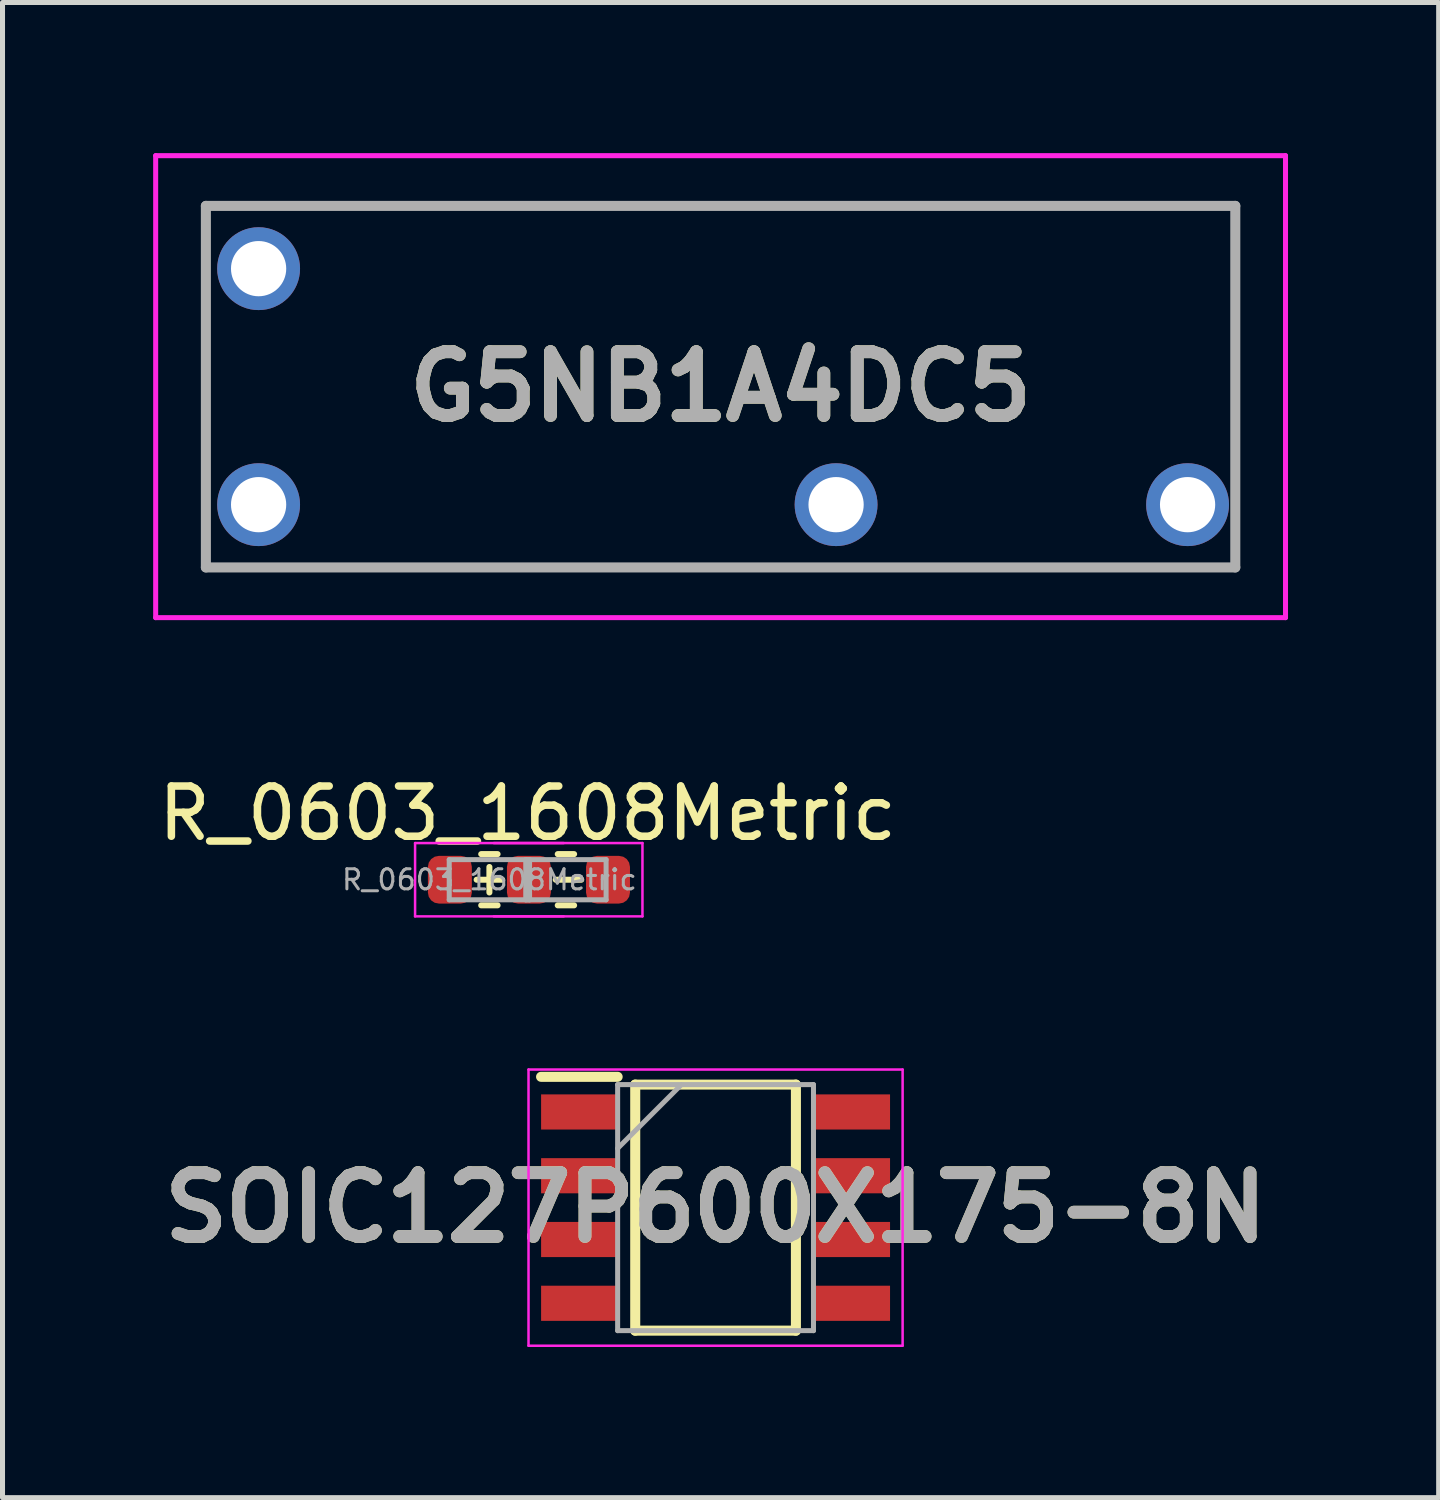
<source format=kicad_pcb>
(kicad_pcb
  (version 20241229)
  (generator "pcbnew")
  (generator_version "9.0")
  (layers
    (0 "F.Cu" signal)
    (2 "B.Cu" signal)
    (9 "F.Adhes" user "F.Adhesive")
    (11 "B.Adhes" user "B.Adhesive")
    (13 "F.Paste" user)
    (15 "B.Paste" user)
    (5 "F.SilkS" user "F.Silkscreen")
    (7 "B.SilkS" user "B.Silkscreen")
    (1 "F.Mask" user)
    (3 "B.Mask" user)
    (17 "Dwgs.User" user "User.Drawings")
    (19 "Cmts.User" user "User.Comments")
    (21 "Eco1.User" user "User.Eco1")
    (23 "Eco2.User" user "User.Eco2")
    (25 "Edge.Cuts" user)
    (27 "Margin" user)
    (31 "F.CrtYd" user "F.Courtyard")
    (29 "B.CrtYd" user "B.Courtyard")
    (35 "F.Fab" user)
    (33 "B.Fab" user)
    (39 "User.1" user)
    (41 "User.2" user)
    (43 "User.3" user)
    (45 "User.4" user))
  (footprint "G5NB1A4DC5"
    (layer "F.Cu")
    (at 1.05 4.65)
    (property "Reference" "G5NB1A4DC5" (at 10.25 0 0) (layer "F.SilkS") (effects (font (size 1.27 1.27) (thickness 0.254))))
    (attr through_hole)
    (fp_line (start 0 -3.6) (end 20.5 -3.6) (stroke (width 0.1) (type solid)) (layer "F.SilkS"))
    (fp_line (start 0 3.6) (end 0 -3.6) (stroke (width 0.1) (type solid)) (layer "F.SilkS"))
    (fp_line (start 20.5 -3.6) (end 20.5 3.6) (stroke (width 0.1) (type solid)) (layer "F.SilkS"))
    (fp_line (start 20.5 3.6) (end 0 3.6) (stroke (width 0.1) (type solid)) (layer "F.SilkS"))
    (fp_line (start -1 -4.6) (end 21.5 -4.6) (stroke (width 0.1) (type solid)) (layer "F.CrtYd"))
    (fp_line (start -1 4.6) (end -1 -4.6) (stroke (width 0.1) (type solid)) (layer "F.CrtYd"))
    (fp_line (start 21.5 -4.6) (end 21.5 4.6) (stroke (width 0.1) (type solid)) (layer "F.CrtYd"))
    (fp_line (start 21.5 4.6) (end -1 4.6) (stroke (width 0.1) (type solid)) (layer "F.CrtYd"))
    (fp_line (start 0 -3.6) (end 20.5 -3.6) (stroke (width 0.2) (type solid)) (layer "F.Fab"))
    (fp_line (start 0 3.6) (end 0 -3.6) (stroke (width 0.2) (type solid)) (layer "F.Fab"))
    (fp_line (start 20.5 -3.6) (end 20.5 3.6) (stroke (width 0.2) (type solid)) (layer "F.Fab"))
    (fp_line (start 20.5 3.6) (end 0 3.6) (stroke (width 0.2) (type solid)) (layer "F.Fab"))
    (fp_text user "${REFERENCE}" (at 10.25 0 0) (layer "F.Fab") (effects (font (size 1.27 1.27) (thickness 0.254))))
    (pad "1" thru_hole circle (at 1.05 2.35) (size 1.65 1.65) (drill 1.1) (layers "*.Cu" "*.Mask"))
    (pad "2" thru_hole circle (at 12.55 2.35) (size 1.65 1.65) (drill 1.1) (layers "*.Cu" "*.Mask"))
    (pad "3" thru_hole circle (at 19.55 2.35) (size 1.65 1.65) (drill 1.1) (layers "*.Cu" "*.Mask"))
    (pad "4" thru_hole circle (at 1.05 -2.35) (size 1.65 1.65) (drill 1.1) (layers "*.Cu" "*.Mask")))
  (footprint "R_0603_1608Metric"
    (layer "F.Cu")
    (at 6.696 14.469)
    (property "Reference" "R_0603_1608Metric" (at 0.762 -1.321 0) (layer "F.SilkS") (effects (font (size 1 1) (thickness 0.15))))
    (attr smd)
    (fp_line (start -0.254 0) (end 0 0) (stroke (width 0.12) (type solid)) (layer "F.SilkS"))
    (fp_line (start -0.163 -0.51) (end 0.163 -0.51) (stroke (width 0.12) (type solid)) (layer "F.SilkS"))
    (fp_line (start -0.163 0.51) (end 0.163 0.51) (stroke (width 0.12) (type solid)) (layer "F.SilkS"))
    (fp_line (start 0 -0.254) (end 0 0.254) (stroke (width 0.12) (type solid)) (layer "F.SilkS"))
    (fp_line (start 0 0) (end 0.254 0) (stroke (width 0.12) (type solid)) (layer "F.SilkS"))
    (fp_line (start 1.321 0) (end 1.829 0) (stroke (width 0.12) (type solid)) (layer "F.SilkS"))
    (fp_line (start 1.361 -0.51) (end 1.687 -0.51) (stroke (width 0.12) (type solid)) (layer "F.SilkS"))
    (fp_line (start 1.361 0.51) (end 1.687 0.51) (stroke (width 0.12) (type solid)) (layer "F.SilkS"))
    (fp_line (start -1.48 -0.73) (end 1.48 -0.73) (stroke (width 0.05) (type solid)) (layer "F.CrtYd"))
    (fp_line (start -1.48 0.73) (end -1.48 -0.73) (stroke (width 0.05) (type solid)) (layer "F.CrtYd"))
    (fp_line (start 0.088 -0.73) (end 3.048 -0.73) (stroke (width 0.05) (type solid)) (layer "F.CrtYd"))
    (fp_line (start 1.48 0.73) (end -1.48 0.73) (stroke (width 0.05) (type solid)) (layer "F.CrtYd"))
    (fp_line (start 3.048 -0.73) (end 3.048 0.73) (stroke (width 0.05) (type solid)) (layer "F.CrtYd"))
    (fp_line (start 3.048 0.73) (end 0.088 0.73) (stroke (width 0.05) (type solid)) (layer "F.CrtYd"))
    (fp_line (start -0.8 -0.4) (end 0.8 -0.4) (stroke (width 0.1) (type solid)) (layer "F.Fab"))
    (fp_line (start -0.8 0.4) (end -0.8 -0.4) (stroke (width 0.1) (type solid)) (layer "F.Fab"))
    (fp_line (start 0.724 -0.4) (end 2.324 -0.4) (stroke (width 0.1) (type solid)) (layer "F.Fab"))
    (fp_line (start 0.724 0.4) (end 0.724 -0.4) (stroke (width 0.1) (type solid)) (layer "F.Fab"))
    (fp_line (start 0.8 -0.4) (end 0.8 0.4) (stroke (width 0.1) (type solid)) (layer "F.Fab"))
    (fp_line (start 0.8 0.4) (end -0.8 0.4) (stroke (width 0.1) (type solid)) (layer "F.Fab"))
    (fp_line (start 2.324 -0.4) (end 2.324 0.4) (stroke (width 0.1) (type solid)) (layer "F.Fab"))
    (fp_line (start 2.324 0.4) (end 0.724 0.4) (stroke (width 0.1) (type solid)) (layer "F.Fab"))
    (fp_text user "${REFERENCE}" (at 0 0 0) (layer "F.Fab") (effects (font (size 0.4 0.4) (thickness 0.06))))
    (pad "1" smd roundrect (at -0.787 0) (size 0.875 0.95) (layers "F.Cu" "F.Mask" "F.Paste") (roundrect_rratio 0.25))
    (pad "2" smd roundrect (at 0.787 0) (size 0.875 0.95) (layers "F.Cu" "F.Mask" "F.Paste") (roundrect_rratio 0.25))
    (pad "3" smd roundrect (at 2.362 0) (size 0.875 0.95) (layers "F.Cu" "F.Mask" "F.Paste") (roundrect_rratio 0.25)))
  (footprint "SOIC127P600X175-8N"
    (layer "F.Cu")
    (at 11.2 20.999)
    (property "Reference" "SOIC127P600X175-8N" (at 0 0 0) (layer "F.SilkS") (effects (font (size 1.27 1.27) (thickness 0.254))))
    (attr smd)
    (fp_line (start -3.475 -2.605) (end -1.95 -2.605) (stroke (width 0.2) (type solid)) (layer "F.SilkS"))
    (fp_line (start -1.6 -2.45) (end 1.6 -2.45) (stroke (width 0.2) (type solid)) (layer "F.SilkS"))
    (fp_line (start -1.6 2.45) (end -1.6 -2.45) (stroke (width 0.2) (type solid)) (layer "F.SilkS"))
    (fp_line (start 1.6 -2.45) (end 1.6 2.45) (stroke (width 0.2) (type solid)) (layer "F.SilkS"))
    (fp_line (start 1.6 2.45) (end -1.6 2.45) (stroke (width 0.2) (type solid)) (layer "F.SilkS"))
    (fp_line (start -3.725 -2.75) (end 3.725 -2.75) (stroke (width 0.05) (type solid)) (layer "F.CrtYd"))
    (fp_line (start -3.725 2.75) (end -3.725 -2.75) (stroke (width 0.05) (type solid)) (layer "F.CrtYd"))
    (fp_line (start 3.725 -2.75) (end 3.725 2.75) (stroke (width 0.05) (type solid)) (layer "F.CrtYd"))
    (fp_line (start 3.725 2.75) (end -3.725 2.75) (stroke (width 0.05) (type solid)) (layer "F.CrtYd"))
    (fp_line (start -1.95 -2.45) (end 1.95 -2.45) (stroke (width 0.1) (type solid)) (layer "F.Fab"))
    (fp_line (start -1.95 -1.18) (end -0.68 -2.45) (stroke (width 0.1) (type solid)) (layer "F.Fab"))
    (fp_line (start -1.95 2.45) (end -1.95 -2.45) (stroke (width 0.1) (type solid)) (layer "F.Fab"))
    (fp_line (start 1.95 -2.45) (end 1.95 2.45) (stroke (width 0.1) (type solid)) (layer "F.Fab"))
    (fp_line (start 1.95 2.45) (end -1.95 2.45) (stroke (width 0.1) (type solid)) (layer "F.Fab"))
    (fp_text user "${REFERENCE}" (at 0 0 0) (layer "F.Fab") (effects (font (size 1.27 1.27) (thickness 0.254))))
    (pad "1" smd rect (at -2.712 -1.905 90) (size 0.7 1.525) (layers "F.Cu" "F.Mask" "F.Paste"))
    (pad "2" smd rect (at -2.712 -0.635 90) (size 0.7 1.525) (layers "F.Cu" "F.Mask" "F.Paste"))
    (pad "3" smd rect (at -2.712 0.635 90) (size 0.7 1.525) (layers "F.Cu" "F.Mask" "F.Paste"))
    (pad "4" smd rect (at -2.712 1.905 90) (size 0.7 1.525) (layers "F.Cu" "F.Mask" "F.Paste"))
    (pad "5" smd rect (at 2.712 1.905 90) (size 0.7 1.525) (layers "F.Cu" "F.Mask" "F.Paste"))
    (pad "6" smd rect (at 2.712 0.635 90) (size 0.7 1.525) (layers "F.Cu" "F.Mask" "F.Paste"))
    (pad "7" smd rect (at 2.712 -0.635 90) (size 0.7 1.525) (layers "F.Cu" "F.Mask" "F.Paste"))
    (pad "8" smd rect (at 2.712 -1.905 90) (size 0.7 1.525) (layers "F.Cu" "F.Mask" "F.Paste")))
  (gr_rect
    (start -3 -3)
    (end 25.6 26.774)
    (stroke (width 0.1) (type default))
    (fill no)
    (layer "Edge.Cuts")))
</source>
